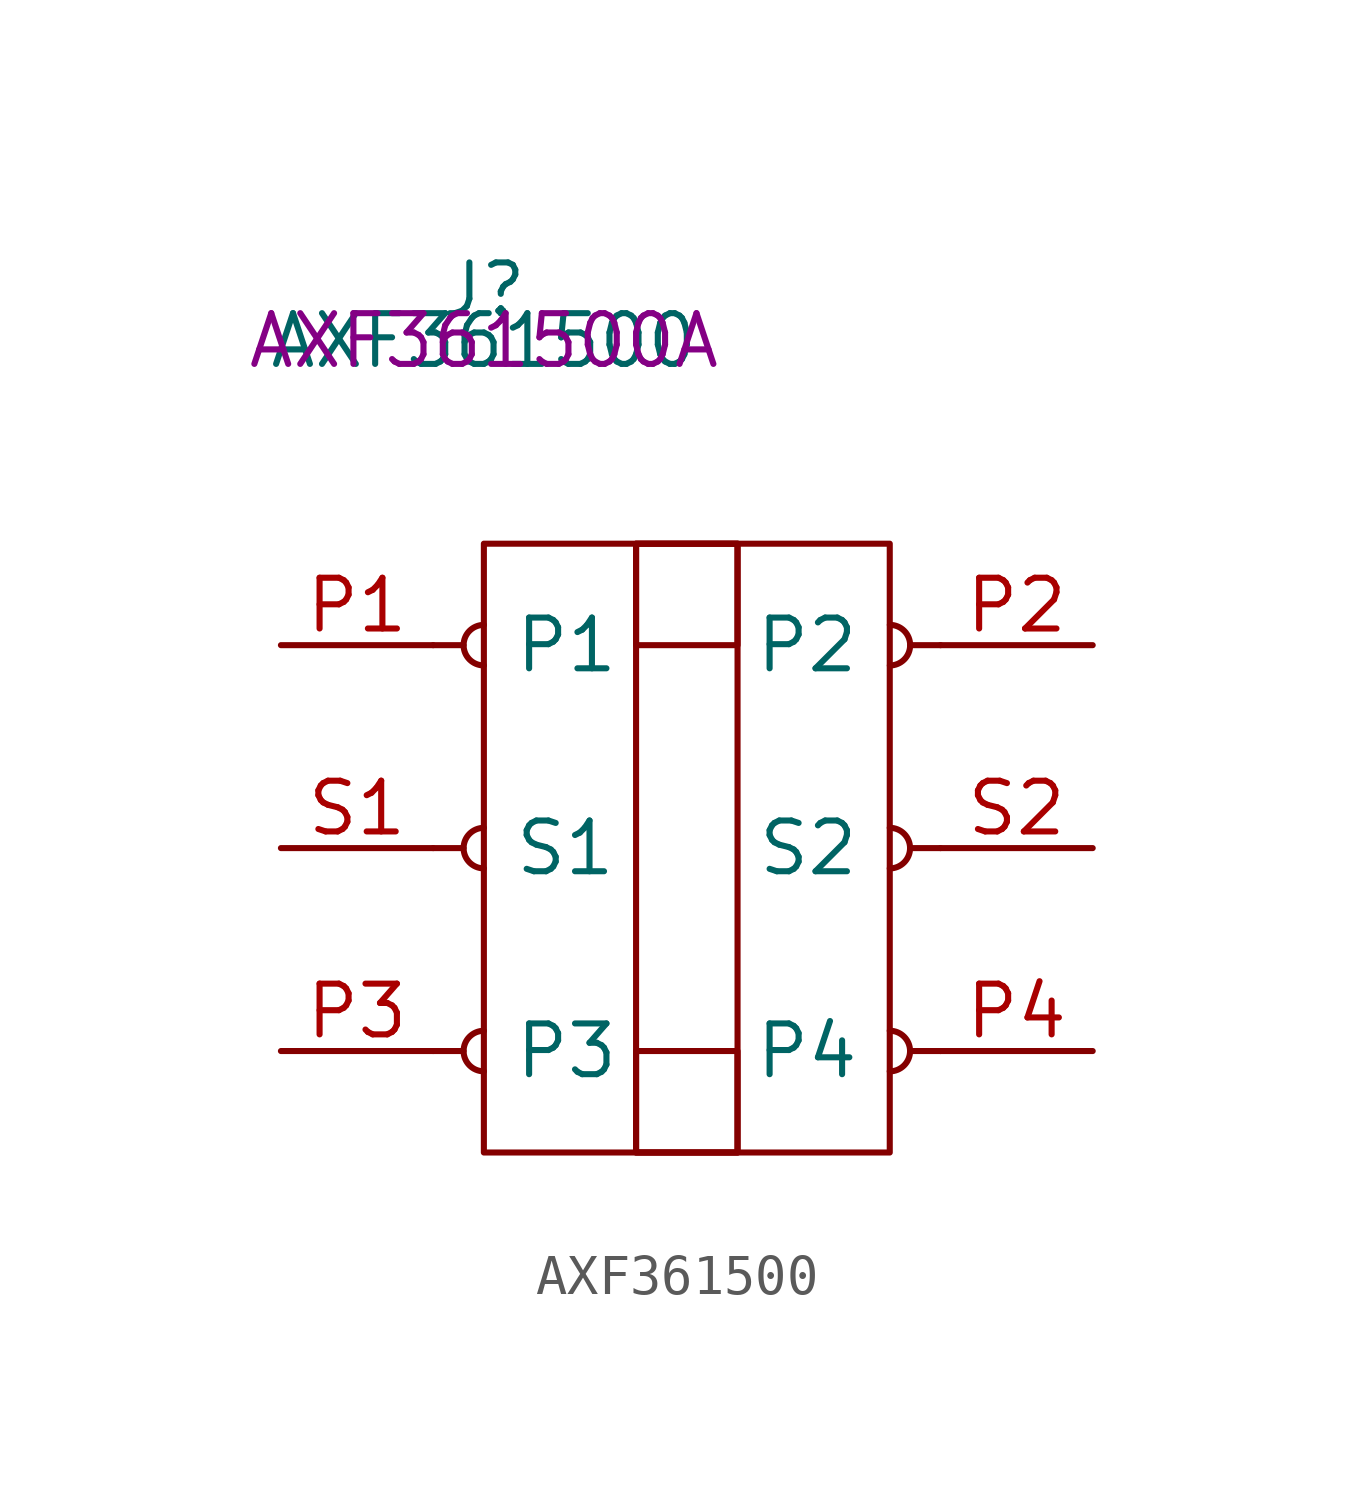
<source format=kicad_sym>
(kicad_symbol_lib
  (version 20220914)
  (generator kicad_symbol_editor)
  (symbol "AXF361500"
    (pin_names
      (offset 2))
    (property "Reference" "J"
      (at 0 6.35 0)
      (effects (font (size 1.27 1.27))))
    (property "Value" "AXF361500"
      (at 0 5.08 0)
      (effects (font (size 1.27 1.27))))
    (property "Mpn1" "AXF361500A"
      (at 0 5.08 0)
      (effects (font (size 1.27 1.27))))
    (symbol "AXF361500_0_1"
      (rectangle (start 0 0) (end 10.16 -15.24) (stroke (width 0) (type default)) (fill (type none)))
      (rectangle (start 3.81 -12.7) (end 6.35 -15.24) (stroke (width 0) (type default)) (fill (type none)))
      (rectangle (start 3.81 0) (end 6.35 -15.24) (stroke (width 0) (type default)) (fill (type none)))
      (rectangle (start 3.81 0) (end 6.35 -2.54) (stroke (width 0) (type default)) (fill (type none))))
    (symbol "AXF361500_1_1"
      (arc (start 0 -12.192) (mid -0.5058 -12.7) (end 0 -13.208) (stroke (width 0.1524) (type default)) (fill (type none)))
      (arc (start 0 -7.112) (mid -0.5058 -7.62) (end 0 -8.128) (stroke (width 0.1524) (type default)) (fill (type none)))
      (arc (start 0 -2.032) (mid -0.5058 -2.54) (end 0 -3.048) (stroke (width 0.1524) (type default)) (fill (type none)))
      (polyline (pts (xy -1.27 -12.7) (xy -0.508 -12.7)) (stroke (width 0.152) (type default)) (fill (type none)))
      (polyline (pts (xy -1.27 -7.62) (xy -0.508 -7.62)) (stroke (width 0.152) (type default)) (fill (type none)))
      (polyline (pts (xy -1.27 -2.54) (xy -0.508 -2.54)) (stroke (width 0.152) (type default)) (fill (type none)))
      (polyline (pts (xy 11.43 -12.7) (xy 10.668 -12.7)) (stroke (width 0.152) (type default)) (fill (type none)))
      (polyline (pts (xy 11.43 -7.62) (xy 10.668 -7.62)) (stroke (width 0.152) (type default)) (fill (type none)))
      (polyline (pts (xy 11.432 -2.54) (xy 10.67 -2.54)) (stroke (width 0.152) (type default)) (fill (type none)))
      (arc (start 10.16 -13.208) (mid 10.666 -12.7) (end 10.16 -12.192) (stroke (width 0.1524) (type default)) (fill (type none)))
      (arc (start 10.16 -8.128) (mid 10.666 -7.62) (end 10.16 -7.112) (stroke (width 0.1524) (type default)) (fill (type none)))
      (arc (start 10.162 -3.048) (mid 10.668 -2.54) (end 10.162 -2.032) (stroke (width 0.1524) (type default)) (fill (type none)))
      (pin passive line (at -5.08 -2.54 0) (length 3.81) (name "P1" (effects (font (size 1.27 1.27)))) (number "P1" (effects (font (size 1.27 1.27)))))
      (pin passive line (at 15.24 -2.54 180) (length 3.81) (name "P2" (effects (font (size 1.27 1.27)))) (number "P2" (effects (font (size 1.27 1.27)))))
      (pin passive line (at -5.08 -12.7 0) (length 3.81) (name "P3" (effects (font (size 1.27 1.27)))) (number "P3" (effects (font (size 1.27 1.27)))))
      (pin passive line (at 15.24 -12.7 180) (length 3.81) (name "P4" (effects (font (size 1.27 1.27)))) (number "P4" (effects (font (size 1.27 1.27)))))
      (pin passive line (at -5.08 -7.62 0) (length 3.81) (name "S1" (effects (font (size 1.27 1.27)))) (number "S1" (effects (font (size 1.27 1.27)))))
      (pin passive line (at 15.24 -7.62 180) (length 3.81) (name "S2" (effects (font (size 1.27 1.27)))) (number "S2" (effects (font (size 1.27 1.27))))))))
</source>
